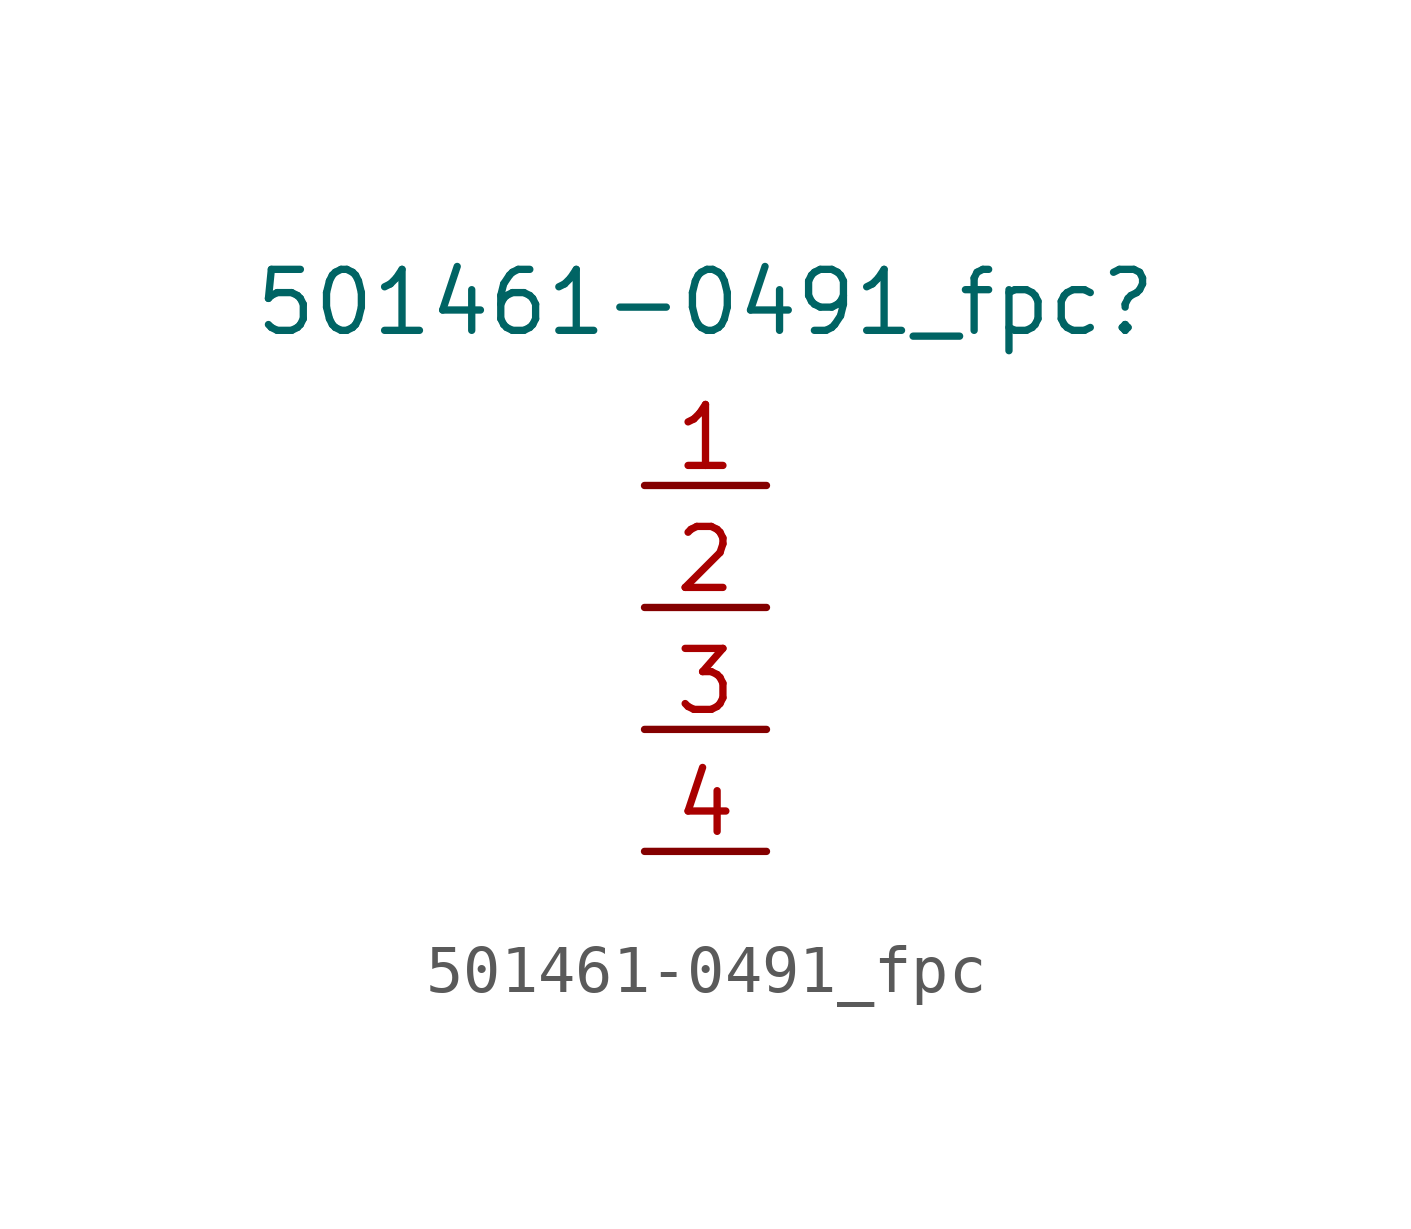
<source format=kicad_sym>
(kicad_symbol_lib
  (version 20220914)
  (generator kicad_symbol_editor)
  (symbol "501461-0491_fpc"
    (property "Reference" "501461-0491_fpc"
      (at 0 3.81 0)
      (effects (font (size 1.27 1.27))))
    (property "Value" ""
      (at 0 0 0)
      (effects (font (size 1.27 1.27))))
    (symbol "501461-0491_fpc_1_1"
      (pin output line (at -1.27 0 0) (length 2.54) (name "" (effects (font (size 1.27 1.27)))) (number "1" (effects (font (size 1.27 1.27)))))
      (pin output line (at -1.27 -2.54 0) (length 2.54) (name "" (effects (font (size 1.27 1.27)))) (number "2" (effects (font (size 1.27 1.27)))))
      (pin output line (at -1.27 -5.08 0) (length 2.54) (name "" (effects (font (size 1.27 1.27)))) (number "3" (effects (font (size 1.27 1.27)))))
      (pin output line (at -1.27 -7.62 0) (length 2.54) (name "" (effects (font (size 1.27 1.27)))) (number "4" (effects (font (size 1.27 1.27))))))))
</source>
